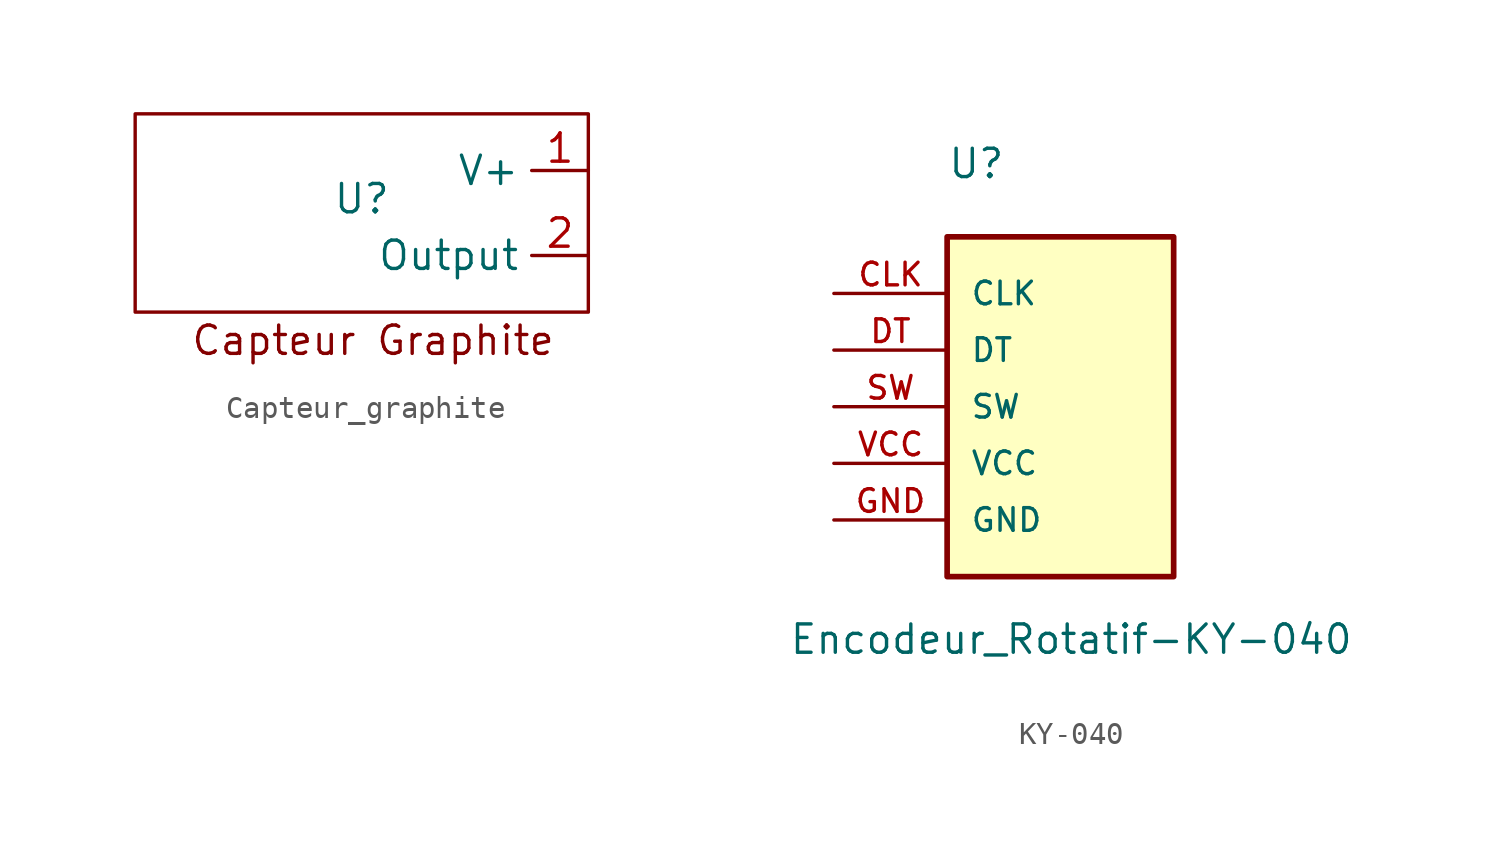
<source format=kicad_sym>
(kicad_symbol_lib
  (version 20241209)
  (generator "kicad_symbol_editor")
  (generator_version "9.0")
  (symbol "Capteur_graphite"
    (property "Reference" "U"
      (at 0 0 0)
      (effects (font (size 1.27 1.27))))
    (property "Value" ""
      (at 0 0 0)
      (effects (font (size 1.27 1.27))))
    (symbol "Capteur_graphite_0_1"
      (rectangle (start -10.16 3.81) (end 10.16 -5.08) (stroke (width 0) (type default)) (fill (type none))))
    (symbol "Capteur_graphite_1_1"
      (text "Capteur Graphite" (at 0.508 -6.35 0) (effects (font (size 1.27 1.27))))
      (pin input line (at 10.16 1.27 180) (length 2.54) (name "V+" (effects (font (size 1.27 1.27)))) (number "1" (effects (font (size 1.27 1.27)))))
      (pin output line (at 10.16 -2.54 180) (length 2.54) (name "Output" (effects (font (size 1.27 1.27)))) (number "2" (effects (font (size 1.27 1.27)))))))
  (symbol "KY-040"
    (pin_names
      (offset 1.016))
    (property "Reference" "U"
      (at -5.08 10.16 0)
      (effects (font (size 1.27 1.27)) (justify left bottom)))
    (property "Value" "Encodeur_Rotatif-KY-040"
      (at -12.192 -11.176 0)
      (effects (font (size 1.27 1.27)) (justify left bottom)))
    (symbol "KY-040_0_0"
      (rectangle (start -5.08 7.62) (end 5.08 -7.62) (stroke (width 0.254) (type default)) (fill (type background)))
      (pin output line (at -10.16 5.08 0) (length 5.08) (name "CLK" (effects (font (size 1.016 1.016)))) (number "CLK" (effects (font (size 1.016 1.016)))))
      (pin output line (at -10.16 2.54 0) (length 5.08) (name "DT" (effects (font (size 1.016 1.016)))) (number "DT" (effects (font (size 1.016 1.016)))))
      (pin output line (at -10.16 0 0) (length 5.08) (name "SW" (effects (font (size 1.016 1.016)))) (number "SW" (effects (font (size 1.016 1.016)))))
      (pin power_in line (at -10.16 -2.54 0) (length 5.08) (name "VCC" (effects (font (size 1.016 1.016)))) (number "VCC" (effects (font (size 1.016 1.016)))))
      (pin power_in line (at -10.16 -5.08 0) (length 5.08) (name "GND" (effects (font (size 1.016 1.016)))) (number "GND" (effects (font (size 1.016 1.016))))))))
</source>
